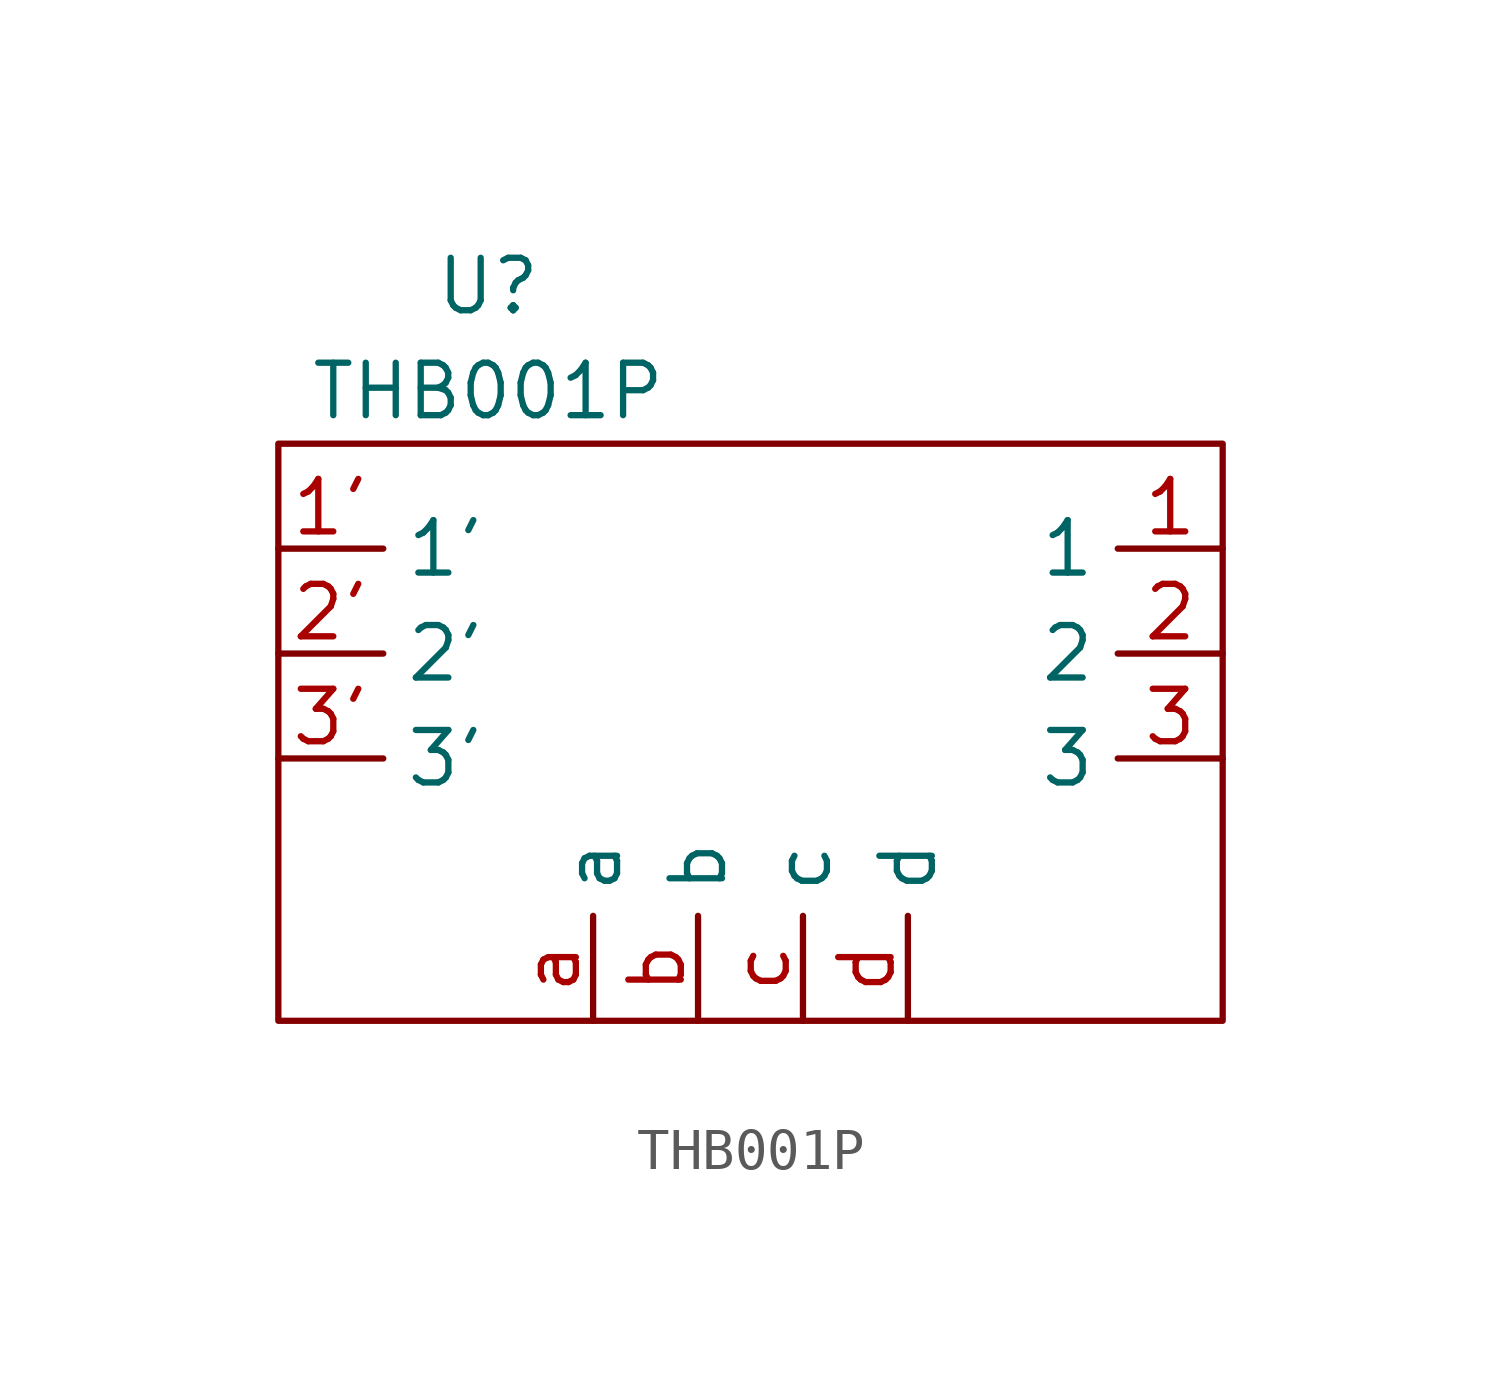
<source format=kicad_sym>
(kicad_symbol_lib
  (version 20211014)
  (generator kicad_symbol_editor)
  (symbol "THB001P"
    (property "Reference" "U"
      (at -6.35 10.16 0)
      (effects (font (size 1.27 1.27))))
    (property "Value" "THB001P"
      (at -6.35 7.62 0)
      (effects (font (size 1.27 1.27))))
    (symbol "THB001P_0_1"
      (rectangle (start -11.43 6.35) (end 11.43 -7.62) (stroke (width 0) (type default) (color 0 0 0 0)) (fill (type none))))
    (symbol "THB001P_1_1"
      (pin passive line (at 11.43 3.81 180) (length 2.54) (name "1" (effects (font (size 1.27 1.27)))) (number "1" (effects (font (size 1.27 1.27)))))
      (pin passive line (at -11.43 3.81 0) (length 2.54) (name "1'" (effects (font (size 1.27 1.27)))) (number "1'" (effects (font (size 1.27 1.27)))))
      (pin passive line (at 11.43 1.27 180) (length 2.54) (name "2" (effects (font (size 1.27 1.27)))) (number "2" (effects (font (size 1.27 1.27)))))
      (pin passive line (at -11.43 1.27 0) (length 2.54) (name "2'" (effects (font (size 1.27 1.27)))) (number "2'" (effects (font (size 1.27 1.27)))))
      (pin passive line (at 11.43 -1.27 180) (length 2.54) (name "3" (effects (font (size 1.27 1.27)))) (number "3" (effects (font (size 1.27 1.27)))))
      (pin passive line (at -11.43 -1.27 0) (length 2.54) (name "3'" (effects (font (size 1.27 1.27)))) (number "3'" (effects (font (size 1.27 1.27)))))
      (pin passive line (at -3.81 -7.62 90) (length 2.54) (name "a" (effects (font (size 1.27 1.27)))) (number "a" (effects (font (size 1.27 1.27)))))
      (pin passive line (at -1.27 -7.62 90) (length 2.54) (name "b" (effects (font (size 1.27 1.27)))) (number "b" (effects (font (size 1.27 1.27)))))
      (pin passive line (at 1.27 -7.62 90) (length 2.54) (name "c" (effects (font (size 1.27 1.27)))) (number "c" (effects (font (size 1.27 1.27)))))
      (pin passive line (at 3.81 -7.62 90) (length 2.54) (name "d" (effects (font (size 1.27 1.27)))) (number "d" (effects (font (size 1.27 1.27))))))))
</source>
